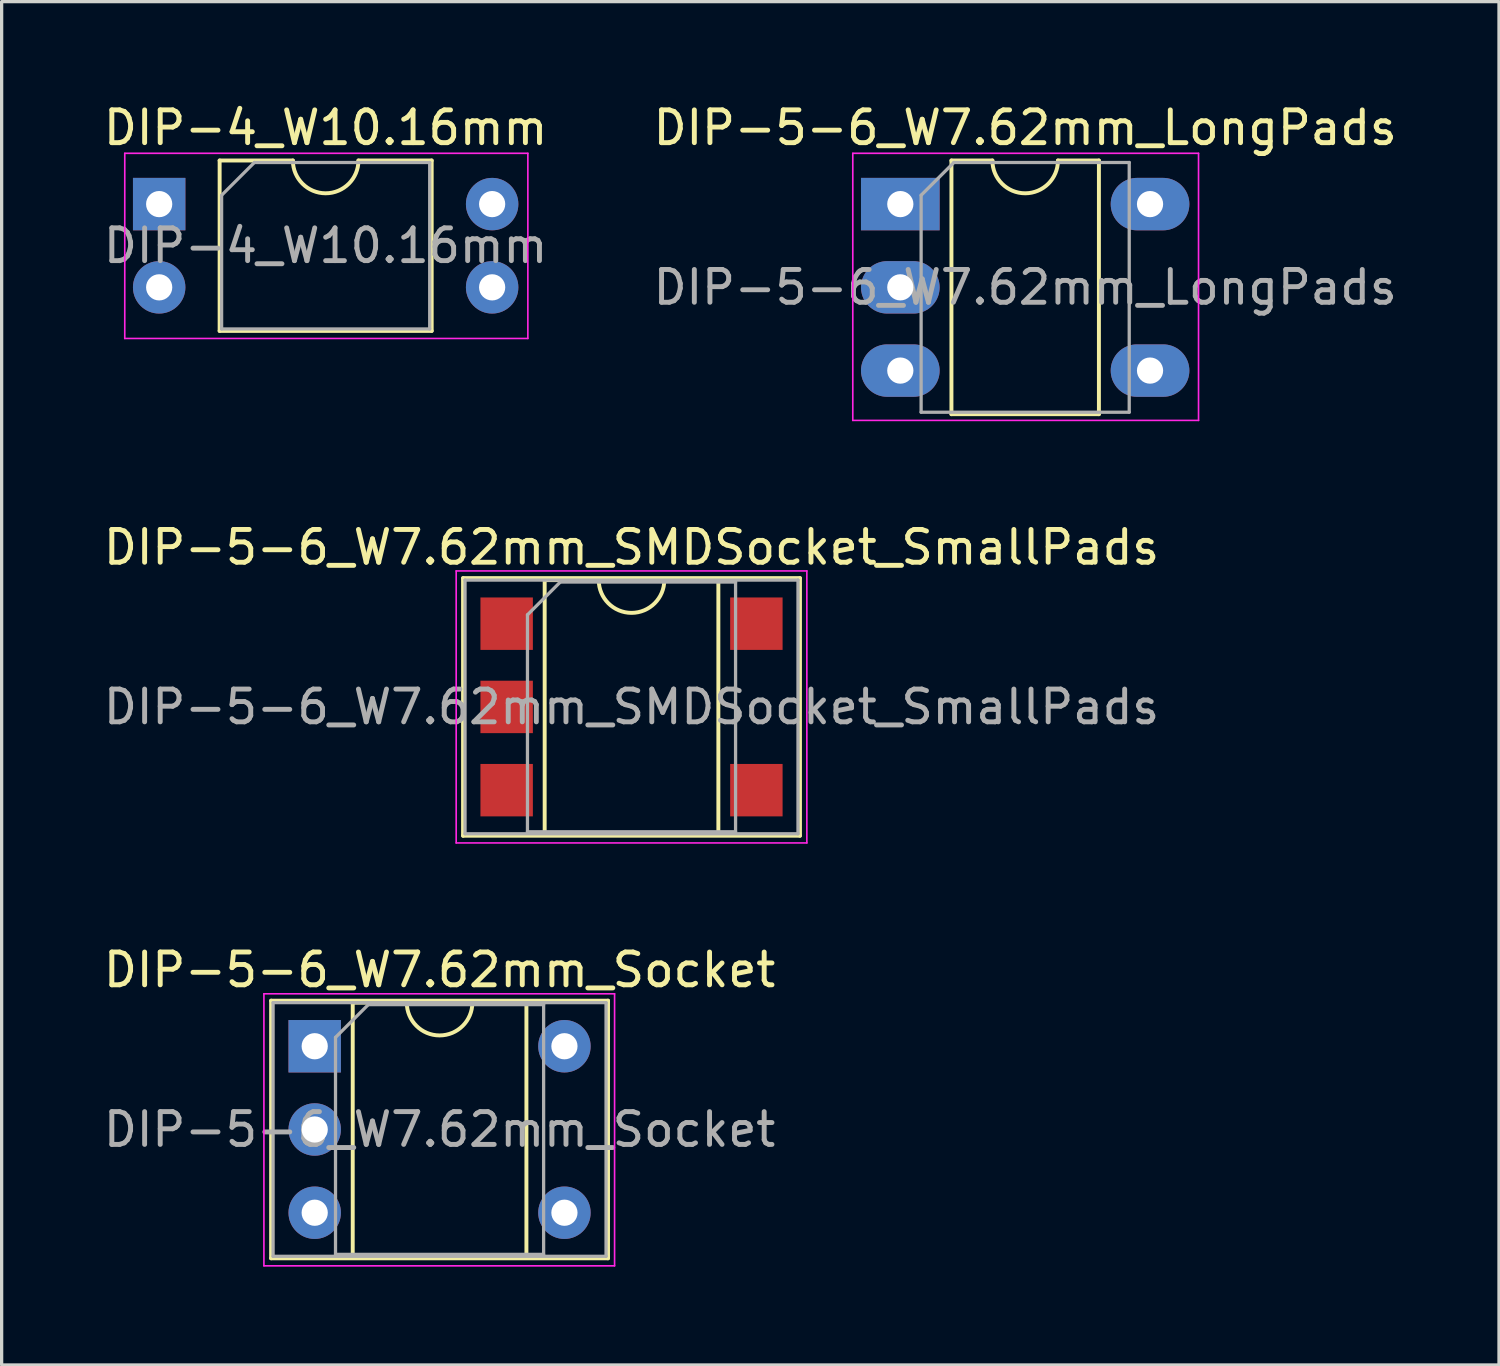
<source format=kicad_pcb>
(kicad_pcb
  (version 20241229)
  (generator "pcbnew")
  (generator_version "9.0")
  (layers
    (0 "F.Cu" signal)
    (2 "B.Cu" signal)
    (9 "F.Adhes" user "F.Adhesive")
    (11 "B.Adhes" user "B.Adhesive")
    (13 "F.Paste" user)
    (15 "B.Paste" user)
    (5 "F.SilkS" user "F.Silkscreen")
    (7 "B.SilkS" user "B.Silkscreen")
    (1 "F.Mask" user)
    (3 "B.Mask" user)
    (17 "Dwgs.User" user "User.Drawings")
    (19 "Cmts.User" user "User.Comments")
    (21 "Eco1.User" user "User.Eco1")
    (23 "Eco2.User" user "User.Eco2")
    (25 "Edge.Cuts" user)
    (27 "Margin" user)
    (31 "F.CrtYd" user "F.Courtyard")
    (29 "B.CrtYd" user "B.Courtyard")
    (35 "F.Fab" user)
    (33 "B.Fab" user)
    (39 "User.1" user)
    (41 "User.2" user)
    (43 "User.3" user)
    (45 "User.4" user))
  (footprint "DIP-5-6_W7.62mm_LongPads"
    (layer "F.Cu")
    (at 24.422 3.178)
    (property "Reference" "DIP-5-6_W7.62mm_LongPads" (at 3.81 -2.33 0) (layer "F.SilkS") (effects (font (size 1 1) (thickness 0.15))))
    (attr through_hole)
    (fp_line (start 1.56 -1.33) (end 1.56 6.41) (stroke (width 0.12) (type solid)) (layer "F.SilkS"))
    (fp_line (start 1.56 6.41) (end 6.06 6.41) (stroke (width 0.12) (type solid)) (layer "F.SilkS"))
    (fp_line (start 2.81 -1.33) (end 1.56 -1.33) (stroke (width 0.12) (type solid)) (layer "F.SilkS"))
    (fp_line (start 6.06 -1.33) (end 4.81 -1.33) (stroke (width 0.12) (type solid)) (layer "F.SilkS"))
    (fp_line (start 6.06 6.41) (end 6.06 -1.33) (stroke (width 0.12) (type solid)) (layer "F.SilkS"))
    (fp_arc (start 4.81 -1.33) (mid 3.81 -0.33) (end 2.81 -1.33) (stroke (width 0.12) (type solid)) (layer "F.SilkS"))
    (fp_line (start -1.45 -1.55) (end -1.45 6.6) (stroke (width 0.05) (type solid)) (layer "F.CrtYd"))
    (fp_line (start -1.45 6.6) (end 9.1 6.6) (stroke (width 0.05) (type solid)) (layer "F.CrtYd"))
    (fp_line (start 9.1 -1.55) (end -1.45 -1.55) (stroke (width 0.05) (type solid)) (layer "F.CrtYd"))
    (fp_line (start 9.1 6.6) (end 9.1 -1.55) (stroke (width 0.05) (type solid)) (layer "F.CrtYd"))
    (fp_line (start 0.635 -0.27) (end 1.635 -1.27) (stroke (width 0.1) (type solid)) (layer "F.Fab"))
    (fp_line (start 0.635 6.35) (end 0.635 -0.27) (stroke (width 0.1) (type solid)) (layer "F.Fab"))
    (fp_line (start 1.635 -1.27) (end 6.985 -1.27) (stroke (width 0.1) (type solid)) (layer "F.Fab"))
    (fp_line (start 6.985 -1.27) (end 6.985 6.35) (stroke (width 0.1) (type solid)) (layer "F.Fab"))
    (fp_line (start 6.985 6.35) (end 0.635 6.35) (stroke (width 0.1) (type solid)) (layer "F.Fab"))
    (fp_text user "${REFERENCE}" (at 3.81 2.54 0) (layer "F.Fab") (effects (font (size 1 1) (thickness 0.15))))
    (pad "1" thru_hole rect (at 0 0) (size 2.4 1.6) (drill 0.8) (layers "*.Cu" "*.Mask"))
    (pad "2" thru_hole oval (at 0 2.54) (size 2.4 1.6) (drill 0.8) (layers "*.Cu" "*.Mask"))
    (pad "3" thru_hole oval (at 0 5.08) (size 2.4 1.6) (drill 0.8) (layers "*.Cu" "*.Mask"))
    (pad "4" thru_hole oval (at 7.62 5.08) (size 2.4 1.6) (drill 0.8) (layers "*.Cu" "*.Mask"))
    (pad "6" thru_hole oval (at 7.62 0) (size 2.4 1.6) (drill 0.8) (layers "*.Cu" "*.Mask")))
  (footprint "DIP-5-6_W7.62mm_SMDSocket_SmallPads"
    (layer "F.Cu")
    (at 16.22 18.521)
    (property "Reference" "DIP-5-6_W7.62mm_SMDSocket_SmallPads" (at 0 -4.87 0) (layer "F.SilkS") (effects (font (size 1 1) (thickness 0.15))))
    (attr smd)
    (fp_line (start -5.14 -3.93) (end -5.14 3.93) (stroke (width 0.12) (type solid)) (layer "F.SilkS"))
    (fp_line (start -5.14 3.93) (end 5.14 3.93) (stroke (width 0.12) (type solid)) (layer "F.SilkS"))
    (fp_line (start -2.65 -3.87) (end -2.65 3.87) (stroke (width 0.12) (type solid)) (layer "F.SilkS"))
    (fp_line (start -2.65 3.87) (end 2.65 3.87) (stroke (width 0.12) (type solid)) (layer "F.SilkS"))
    (fp_line (start -1 -3.87) (end -2.65 -3.87) (stroke (width 0.12) (type solid)) (layer "F.SilkS"))
    (fp_line (start 2.65 -3.87) (end 1 -3.87) (stroke (width 0.12) (type solid)) (layer "F.SilkS"))
    (fp_line (start 2.65 3.87) (end 2.65 -3.87) (stroke (width 0.12) (type solid)) (layer "F.SilkS"))
    (fp_line (start 5.14 -3.93) (end -5.14 -3.93) (stroke (width 0.12) (type solid)) (layer "F.SilkS"))
    (fp_line (start 5.14 3.93) (end 5.14 -3.93) (stroke (width 0.12) (type solid)) (layer "F.SilkS"))
    (fp_arc (start 1 -3.87) (mid 0 -2.87) (end -1 -3.87) (stroke (width 0.12) (type solid)) (layer "F.SilkS"))
    (fp_line (start -5.35 -4.15) (end -5.35 4.15) (stroke (width 0.05) (type solid)) (layer "F.CrtYd"))
    (fp_line (start -5.35 4.15) (end 5.35 4.15) (stroke (width 0.05) (type solid)) (layer "F.CrtYd"))
    (fp_line (start 5.35 -4.15) (end -5.35 -4.15) (stroke (width 0.05) (type solid)) (layer "F.CrtYd"))
    (fp_line (start 5.35 4.15) (end 5.35 -4.15) (stroke (width 0.05) (type solid)) (layer "F.CrtYd"))
    (fp_line (start -5.08 -3.87) (end -5.08 3.87) (stroke (width 0.1) (type solid)) (layer "F.Fab"))
    (fp_line (start -5.08 3.87) (end 5.08 3.87) (stroke (width 0.1) (type solid)) (layer "F.Fab"))
    (fp_line (start -3.175 -2.81) (end -2.175 -3.81) (stroke (width 0.1) (type solid)) (layer "F.Fab"))
    (fp_line (start -3.175 3.81) (end -3.175 -2.81) (stroke (width 0.1) (type solid)) (layer "F.Fab"))
    (fp_line (start -2.175 -3.81) (end 3.175 -3.81) (stroke (width 0.1) (type solid)) (layer "F.Fab"))
    (fp_line (start 3.175 -3.81) (end 3.175 3.81) (stroke (width 0.1) (type solid)) (layer "F.Fab"))
    (fp_line (start 3.175 3.81) (end -3.175 3.81) (stroke (width 0.1) (type solid)) (layer "F.Fab"))
    (fp_line (start 5.08 -3.87) (end -5.08 -3.87) (stroke (width 0.1) (type solid)) (layer "F.Fab"))
    (fp_line (start 5.08 3.87) (end 5.08 -3.87) (stroke (width 0.1) (type solid)) (layer "F.Fab"))
    (fp_text user "${REFERENCE}" (at 0 0 0) (layer "F.Fab") (effects (font (size 1 1) (thickness 0.15))))
    (pad "1" smd rect (at -3.81 -2.54) (size 1.6 1.6) (layers "F.Cu" "F.Mask" "F.Paste"))
    (pad "2" smd rect (at -3.81 0) (size 1.6 1.6) (layers "F.Cu" "F.Mask" "F.Paste"))
    (pad "3" smd rect (at -3.81 2.54) (size 1.6 1.6) (layers "F.Cu" "F.Mask" "F.Paste"))
    (pad "4" smd rect (at 3.81 2.54) (size 1.6 1.6) (layers "F.Cu" "F.Mask" "F.Paste"))
    (pad "6" smd rect (at 3.81 -2.54) (size 1.6 1.6) (layers "F.Cu" "F.Mask" "F.Paste")))
  (footprint "DIP-4_W10.16mm"
    (layer "F.Cu")
    (at 1.807 3.178)
    (property "Reference" "DIP-4_W10.16mm" (at 5.08 -2.33 0) (layer "F.SilkS") (effects (font (size 1 1) (thickness 0.15))))
    (attr through_hole)
    (fp_line (start 1.845 -1.33) (end 1.845 3.87) (stroke (width 0.12) (type solid)) (layer "F.SilkS"))
    (fp_line (start 1.845 3.87) (end 8.315 3.87) (stroke (width 0.12) (type solid)) (layer "F.SilkS"))
    (fp_line (start 4.08 -1.33) (end 1.845 -1.33) (stroke (width 0.12) (type solid)) (layer "F.SilkS"))
    (fp_line (start 8.315 -1.33) (end 6.08 -1.33) (stroke (width 0.12) (type solid)) (layer "F.SilkS"))
    (fp_line (start 8.315 3.87) (end 8.315 -1.33) (stroke (width 0.12) (type solid)) (layer "F.SilkS"))
    (fp_arc (start 6.08 -1.33) (mid 5.08 -0.33) (end 4.08 -1.33) (stroke (width 0.12) (type solid)) (layer "F.SilkS"))
    (fp_line (start -1.05 -1.55) (end -1.05 4.1) (stroke (width 0.05) (type solid)) (layer "F.CrtYd"))
    (fp_line (start -1.05 4.1) (end 11.25 4.1) (stroke (width 0.05) (type solid)) (layer "F.CrtYd"))
    (fp_line (start 11.25 -1.55) (end -1.05 -1.55) (stroke (width 0.05) (type solid)) (layer "F.CrtYd"))
    (fp_line (start 11.25 4.1) (end 11.25 -1.55) (stroke (width 0.05) (type solid)) (layer "F.CrtYd"))
    (fp_line (start 1.905 -0.27) (end 2.905 -1.27) (stroke (width 0.1) (type solid)) (layer "F.Fab"))
    (fp_line (start 1.905 3.81) (end 1.905 -0.27) (stroke (width 0.1) (type solid)) (layer "F.Fab"))
    (fp_line (start 2.905 -1.27) (end 8.255 -1.27) (stroke (width 0.1) (type solid)) (layer "F.Fab"))
    (fp_line (start 8.255 -1.27) (end 8.255 3.81) (stroke (width 0.1) (type solid)) (layer "F.Fab"))
    (fp_line (start 8.255 3.81) (end 1.905 3.81) (stroke (width 0.1) (type solid)) (layer "F.Fab"))
    (fp_text user "${REFERENCE}" (at 5.08 1.27 0) (layer "F.Fab") (effects (font (size 1 1) (thickness 0.15))))
    (pad "1" thru_hole rect (at 0 0) (size 1.6 1.6) (drill 0.8) (layers "*.Cu" "*.Mask"))
    (pad "2" thru_hole oval (at 0 2.54) (size 1.6 1.6) (drill 0.8) (layers "*.Cu" "*.Mask"))
    (pad "3" thru_hole oval (at 10.16 2.54) (size 1.6 1.6) (drill 0.8) (layers "*.Cu" "*.Mask"))
    (pad "4" thru_hole oval (at 10.16 0) (size 1.6 1.6) (drill 0.8) (layers "*.Cu" "*.Mask")))
  (footprint "DIP-5-6_W7.62mm_Socket"
    (layer "F.Cu")
    (at 6.553 28.875)
    (property "Reference" "DIP-5-6_W7.62mm_Socket" (at 3.81 -2.33 0) (layer "F.SilkS") (effects (font (size 1 1) (thickness 0.15))))
    (attr through_hole)
    (fp_line (start -1.33 -1.39) (end -1.33 6.47) (stroke (width 0.12) (type solid)) (layer "F.SilkS"))
    (fp_line (start -1.33 6.47) (end 8.95 6.47) (stroke (width 0.12) (type solid)) (layer "F.SilkS"))
    (fp_line (start 1.16 -1.33) (end 1.16 6.41) (stroke (width 0.12) (type solid)) (layer "F.SilkS"))
    (fp_line (start 1.16 6.41) (end 6.46 6.41) (stroke (width 0.12) (type solid)) (layer "F.SilkS"))
    (fp_line (start 2.81 -1.33) (end 1.16 -1.33) (stroke (width 0.12) (type solid)) (layer "F.SilkS"))
    (fp_line (start 6.46 -1.33) (end 4.81 -1.33) (stroke (width 0.12) (type solid)) (layer "F.SilkS"))
    (fp_line (start 6.46 6.41) (end 6.46 -1.33) (stroke (width 0.12) (type solid)) (layer "F.SilkS"))
    (fp_line (start 8.95 -1.39) (end -1.33 -1.39) (stroke (width 0.12) (type solid)) (layer "F.SilkS"))
    (fp_line (start 8.95 6.47) (end 8.95 -1.39) (stroke (width 0.12) (type solid)) (layer "F.SilkS"))
    (fp_arc (start 4.81 -1.33) (mid 3.81 -0.33) (end 2.81 -1.33) (stroke (width 0.12) (type solid)) (layer "F.SilkS"))
    (fp_line (start -1.55 -1.6) (end -1.55 6.7) (stroke (width 0.05) (type solid)) (layer "F.CrtYd"))
    (fp_line (start -1.55 6.7) (end 9.15 6.7) (stroke (width 0.05) (type solid)) (layer "F.CrtYd"))
    (fp_line (start 9.15 -1.6) (end -1.55 -1.6) (stroke (width 0.05) (type solid)) (layer "F.CrtYd"))
    (fp_line (start 9.15 6.7) (end 9.15 -1.6) (stroke (width 0.05) (type solid)) (layer "F.CrtYd"))
    (fp_line (start -1.27 -1.33) (end -1.27 6.41) (stroke (width 0.1) (type solid)) (layer "F.Fab"))
    (fp_line (start -1.27 6.41) (end 8.89 6.41) (stroke (width 0.1) (type solid)) (layer "F.Fab"))
    (fp_line (start 0.635 -0.27) (end 1.635 -1.27) (stroke (width 0.1) (type solid)) (layer "F.Fab"))
    (fp_line (start 0.635 6.35) (end 0.635 -0.27) (stroke (width 0.1) (type solid)) (layer "F.Fab"))
    (fp_line (start 1.635 -1.27) (end 6.985 -1.27) (stroke (width 0.1) (type solid)) (layer "F.Fab"))
    (fp_line (start 6.985 -1.27) (end 6.985 6.35) (stroke (width 0.1) (type solid)) (layer "F.Fab"))
    (fp_line (start 6.985 6.35) (end 0.635 6.35) (stroke (width 0.1) (type solid)) (layer "F.Fab"))
    (fp_line (start 8.89 -1.33) (end -1.27 -1.33) (stroke (width 0.1) (type solid)) (layer "F.Fab"))
    (fp_line (start 8.89 6.41) (end 8.89 -1.33) (stroke (width 0.1) (type solid)) (layer "F.Fab"))
    (fp_text user "${REFERENCE}" (at 3.81 2.54 0) (layer "F.Fab") (effects (font (size 1 1) (thickness 0.15))))
    (pad "1" thru_hole rect (at 0 0) (size 1.6 1.6) (drill 0.8) (layers "*.Cu" "*.Mask"))
    (pad "2" thru_hole oval (at 0 2.54) (size 1.6 1.6) (drill 0.8) (layers "*.Cu" "*.Mask"))
    (pad "3" thru_hole oval (at 0 5.08) (size 1.6 1.6) (drill 0.8) (layers "*.Cu" "*.Mask"))
    (pad "4" thru_hole oval (at 7.62 5.08) (size 1.6 1.6) (drill 0.8) (layers "*.Cu" "*.Mask"))
    (pad "6" thru_hole oval (at 7.62 0) (size 1.6 1.6) (drill 0.8) (layers "*.Cu" "*.Mask")))
  (gr_rect
    (start -3 -3)
    (end 42.69 38.6)
    (stroke (width 0.1) (type default))
    (fill no)
    (layer "Edge.Cuts")))
</source>
